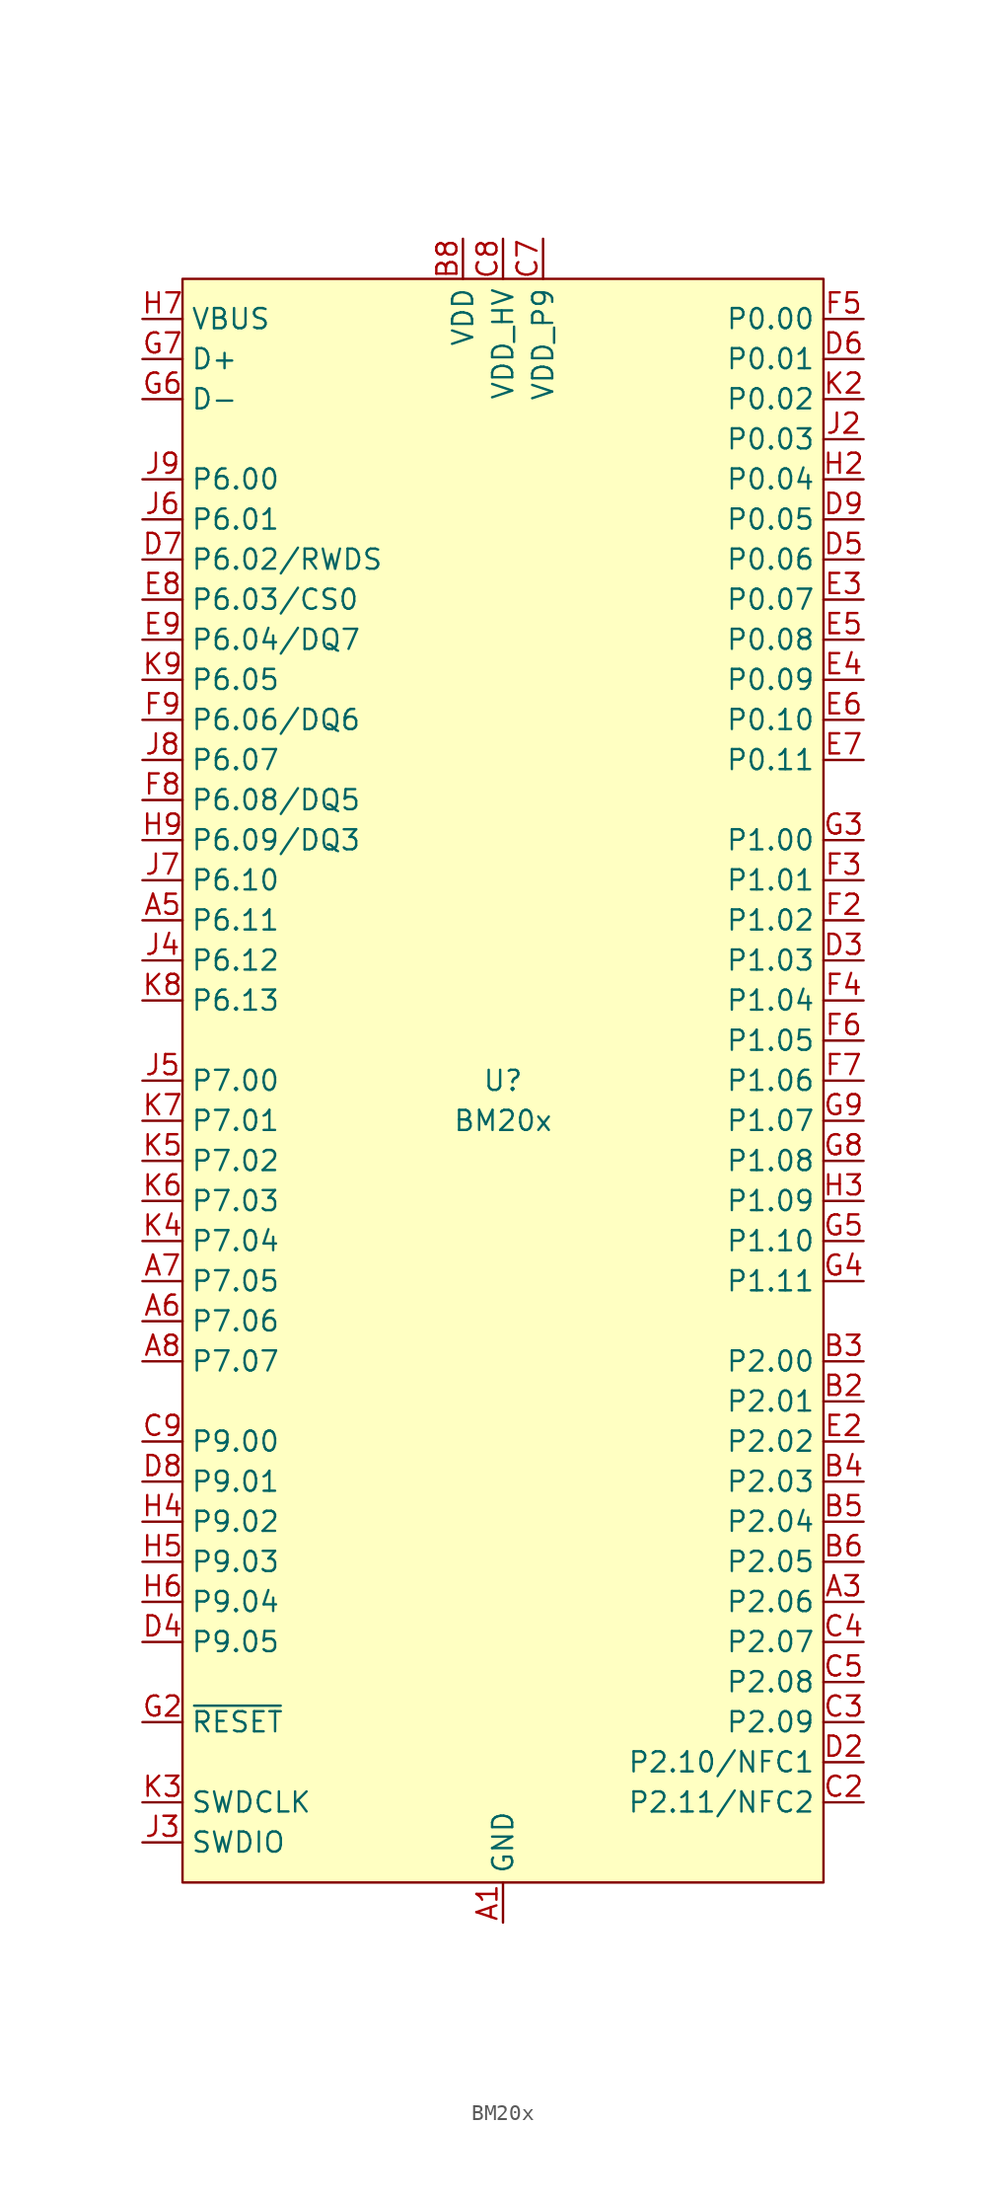
<source format=kicad_sym>
(kicad_symbol_lib
  (version 20241209)
  (generator "kicad_symbol_editor")
  (generator_version "9.0")
  (symbol "BM20x"
    (property "Reference" "U"
      (at 0 0 0)
      (do_not_autoplace)
      (effects (font (size 1.27 1.27))))
    (property "Value" "BM20x"
      (at 0 -2.54 0)
      (do_not_autoplace)
      (effects (font (size 1.27 1.27))))
    (symbol "BM20x_0_0"
      (pin power_in line (at -22.86 48.26 0) (length 2.54) (name "VBUS" (effects (font (size 1.27 1.27)))) (number "H7" (effects (font (size 1.27 1.27)))))
      (pin bidirectional line (at -22.86 38.1 0) (length 2.54) (name "P6.00" (effects (font (size 1.27 1.27)))) (number "J9" (effects (font (size 1.27 1.27)))))
      (pin bidirectional line (at -22.86 35.56 0) (length 2.54) (name "P6.01" (effects (font (size 1.27 1.27)))) (number "J6" (effects (font (size 1.27 1.27)))))
      (pin bidirectional line (at -22.86 33.02 0) (length 2.54) (name "P6.02/RWDS" (effects (font (size 1.27 1.27)))) (number "D7" (effects (font (size 1.27 1.27)))))
      (pin bidirectional line (at -22.86 30.48 0) (length 2.54) (name "P6.03/CS0" (effects (font (size 1.27 1.27)))) (number "E8" (effects (font (size 1.27 1.27)))))
      (pin bidirectional line (at -22.86 27.94 0) (length 2.54) (name "P6.04/DQ7" (effects (font (size 1.27 1.27)))) (number "E9" (effects (font (size 1.27 1.27)))))
      (pin bidirectional line (at -22.86 25.4 0) (length 2.54) (name "P6.05" (effects (font (size 1.27 1.27)))) (number "K9" (effects (font (size 1.27 1.27)))))
      (pin bidirectional line (at -22.86 22.86 0) (length 2.54) (name "P6.06/DQ6" (effects (font (size 1.27 1.27)))) (number "F9" (effects (font (size 1.27 1.27)))))
      (pin bidirectional line (at -22.86 20.32 0) (length 2.54) (name "P6.07" (effects (font (size 1.27 1.27)))) (number "J8" (effects (font (size 1.27 1.27)))))
      (pin bidirectional line (at -22.86 17.78 0) (length 2.54) (name "P6.08/DQ5" (effects (font (size 1.27 1.27)))) (number "F8" (effects (font (size 1.27 1.27)))))
      (pin bidirectional line (at -22.86 15.24 0) (length 2.54) (name "P6.09/DQ3" (effects (font (size 1.27 1.27)))) (number "H9" (effects (font (size 1.27 1.27)))))
      (pin bidirectional line (at -22.86 12.7 0) (length 2.54) (name "P6.10" (effects (font (size 1.27 1.27)))) (number "J7" (effects (font (size 1.27 1.27)))))
      (pin bidirectional line (at -22.86 10.16 0) (length 2.54) (name "P6.11" (effects (font (size 1.27 1.27)))) (number "A5" (effects (font (size 1.27 1.27)))))
      (pin bidirectional line (at -22.86 5.08 0) (length 2.54) (name "P6.13" (effects (font (size 1.27 1.27)))) (number "K8" (effects (font (size 1.27 1.27)))))
      (pin bidirectional line (at -22.86 0 0) (length 2.54) (name "P7.00" (effects (font (size 1.27 1.27)))) (number "J5" (effects (font (size 1.27 1.27)))))
      (pin bidirectional line (at -22.86 -2.54 0) (length 2.54) (name "P7.01" (effects (font (size 1.27 1.27)))) (number "K7" (effects (font (size 1.27 1.27)))))
      (pin bidirectional line (at -22.86 -5.08 0) (length 2.54) (name "P7.02" (effects (font (size 1.27 1.27)))) (number "K5" (effects (font (size 1.27 1.27)))))
      (pin bidirectional line (at -22.86 -7.62 0) (length 2.54) (name "P7.03" (effects (font (size 1.27 1.27)))) (number "K6" (effects (font (size 1.27 1.27)))))
      (pin bidirectional line (at -22.86 -10.16 0) (length 2.54) (name "P7.04" (effects (font (size 1.27 1.27)))) (number "K4" (effects (font (size 1.27 1.27)))))
      (pin bidirectional line (at -22.86 -12.7 0) (length 2.54) (name "P7.05" (effects (font (size 1.27 1.27)))) (number "A7" (effects (font (size 1.27 1.27)))))
      (pin bidirectional line (at -22.86 -15.24 0) (length 2.54) (name "P7.06" (effects (font (size 1.27 1.27)))) (number "A6" (effects (font (size 1.27 1.27)))))
      (pin bidirectional line (at -22.86 -17.78 0) (length 2.54) (name "P7.07" (effects (font (size 1.27 1.27)))) (number "A8" (effects (font (size 1.27 1.27)))))
      (pin bidirectional line (at -22.86 -22.86 0) (length 2.54) (name "P9.00" (effects (font (size 1.27 1.27)))) (number "C9" (effects (font (size 1.27 1.27)))))
      (pin bidirectional line (at -22.86 -25.4 0) (length 2.54) (name "P9.01" (effects (font (size 1.27 1.27)))) (number "D8" (effects (font (size 1.27 1.27)))))
      (pin bidirectional line (at -22.86 -27.94 0) (length 2.54) (name "P9.02" (effects (font (size 1.27 1.27)))) (number "H4" (effects (font (size 1.27 1.27)))))
      (pin bidirectional line (at -22.86 -30.48 0) (length 2.54) (name "P9.03" (effects (font (size 1.27 1.27)))) (number "H5" (effects (font (size 1.27 1.27)))))
      (pin bidirectional line (at -22.86 -33.02 0) (length 2.54) (name "P9.04" (effects (font (size 1.27 1.27)))) (number "H6" (effects (font (size 1.27 1.27)))))
      (pin bidirectional line (at -22.86 -35.56 0) (length 2.54) (name "P9.05" (effects (font (size 1.27 1.27)))) (number "D4" (effects (font (size 1.27 1.27)))))
      (pin input line (at -22.86 -40.64 0) (length 2.54) (name "~{RESET}" (effects (font (size 1.27 1.27)))) (number "G2" (effects (font (size 1.27 1.27)))))
      (pin input line (at -22.86 -45.72 0) (length 2.54) (name "SWDCLK" (effects (font (size 1.27 1.27)))) (number "K3" (effects (font (size 1.27 1.27)))))
      (pin bidirectional line (at -22.86 -48.26 0) (length 2.54) (name "SWDIO" (effects (font (size 1.27 1.27)))) (number "J3" (effects (font (size 1.27 1.27)))))
      (pin no_connect line (at -15.24 50.8 270) (length 2.54) (hide yes) (name "NC" (effects (font (size 1.27 1.27)))) (number "A4" (effects (font (size 1.27 1.27)))))
      (pin no_connect line (at -10.16 50.8 270) (length 2.54) (hide yes) (name "NC" (effects (font (size 1.27 1.27)))) (number "C6" (effects (font (size 1.27 1.27)))))
      (pin power_in line (at -2.54 53.34 270) (length 2.54) (name "VDD" (effects (font (size 1.27 1.27)))) (number "B8" (effects (font (size 1.27 1.27)))))
      (pin power_in line (at 0 53.34 270) (length 2.54) (name "VDD_HV" (effects (font (size 1.27 1.27)))) (number "C8" (effects (font (size 1.27 1.27)))))
      (pin passive line (at 0 -53.34 90) (length 2.54) (hide yes) (name "GND" (effects (font (size 1.27 1.27)))) (number "A9" (effects (font (size 1.27 1.27)))))
      (pin passive line (at 0 -53.34 90) (length 2.54) (hide yes) (name "GND" (effects (font (size 1.27 1.27)))) (number "B1" (effects (font (size 1.27 1.27)))))
      (pin passive line (at 0 -53.34 90) (length 2.54) (hide yes) (name "GND" (effects (font (size 1.27 1.27)))) (number "B7" (effects (font (size 1.27 1.27)))))
      (pin passive line (at 0 -53.34 90) (length 2.54) (hide yes) (name "GND" (effects (font (size 1.27 1.27)))) (number "B9" (effects (font (size 1.27 1.27)))))
      (pin passive line (at 0 -53.34 90) (length 2.54) (hide yes) (name "GND" (effects (font (size 1.27 1.27)))) (number "C1" (effects (font (size 1.27 1.27)))))
      (pin passive line (at 0 -53.34 90) (length 2.54) (hide yes) (name "GND" (effects (font (size 1.27 1.27)))) (number "D1" (effects (font (size 1.27 1.27)))))
      (pin passive line (at 0 -53.34 90) (length 2.54) (hide yes) (name "GND" (effects (font (size 1.27 1.27)))) (number "E1" (effects (font (size 1.27 1.27)))))
      (pin passive line (at 0 -53.34 90) (length 2.54) (hide yes) (name "GND" (effects (font (size 1.27 1.27)))) (number "F1" (effects (font (size 1.27 1.27)))))
      (pin passive line (at 0 -53.34 90) (length 2.54) (hide yes) (name "GND" (effects (font (size 1.27 1.27)))) (number "G1" (effects (font (size 1.27 1.27)))))
      (pin passive line (at 0 -53.34 90) (length 2.54) (hide yes) (name "GND" (effects (font (size 1.27 1.27)))) (number "H1" (effects (font (size 1.27 1.27)))))
      (pin passive line (at 0 -53.34 90) (length 2.54) (hide yes) (name "GND" (effects (font (size 1.27 1.27)))) (number "H8" (effects (font (size 1.27 1.27)))))
      (pin passive line (at 0 -53.34 90) (length 2.54) (hide yes) (name "GND" (effects (font (size 1.27 1.27)))) (number "J1" (effects (font (size 1.27 1.27)))))
      (pin passive line (at 0 -53.34 90) (length 2.54) (hide yes) (name "GND" (effects (font (size 1.27 1.27)))) (number "K1" (effects (font (size 1.27 1.27)))))
      (pin power_in line (at 2.54 53.34 270) (length 2.54) (name "VDD_P9" (effects (font (size 1.27 1.27)))) (number "C7" (effects (font (size 1.27 1.27)))))
      (pin bidirectional line (at 22.86 48.26 180) (length 2.54) (name "P0.00" (effects (font (size 1.27 1.27)))) (number "F5" (effects (font (size 1.27 1.27)))))
      (pin bidirectional line (at 22.86 45.72 180) (length 2.54) (name "P0.01" (effects (font (size 1.27 1.27)))) (number "D6" (effects (font (size 1.27 1.27)))))
      (pin bidirectional line (at 22.86 43.18 180) (length 2.54) (name "P0.02" (effects (font (size 1.27 1.27)))) (number "K2" (effects (font (size 1.27 1.27)))))
      (pin bidirectional line (at 22.86 40.64 180) (length 2.54) (name "P0.03" (effects (font (size 1.27 1.27)))) (number "J2" (effects (font (size 1.27 1.27)))))
      (pin bidirectional line (at 22.86 38.1 180) (length 2.54) (name "P0.04" (effects (font (size 1.27 1.27)))) (number "H2" (effects (font (size 1.27 1.27)))))
      (pin bidirectional line (at 22.86 35.56 180) (length 2.54) (name "P0.05" (effects (font (size 1.27 1.27)))) (number "D9" (effects (font (size 1.27 1.27)))))
      (pin bidirectional line (at 22.86 33.02 180) (length 2.54) (name "P0.06" (effects (font (size 1.27 1.27)))) (number "D5" (effects (font (size 1.27 1.27)))))
      (pin bidirectional line (at 22.86 30.48 180) (length 2.54) (name "P0.07" (effects (font (size 1.27 1.27)))) (number "E3" (effects (font (size 1.27 1.27)))))
      (pin bidirectional line (at 22.86 27.94 180) (length 2.54) (name "P0.08" (effects (font (size 1.27 1.27)))) (number "E5" (effects (font (size 1.27 1.27)))))
      (pin bidirectional line (at 22.86 25.4 180) (length 2.54) (name "P0.09" (effects (font (size 1.27 1.27)))) (number "E4" (effects (font (size 1.27 1.27)))))
      (pin bidirectional line (at 22.86 22.86 180) (length 2.54) (name "P0.10" (effects (font (size 1.27 1.27)))) (number "E6" (effects (font (size 1.27 1.27)))))
      (pin bidirectional line (at 22.86 20.32 180) (length 2.54) (name "P0.11" (effects (font (size 1.27 1.27)))) (number "E7" (effects (font (size 1.27 1.27)))))
      (pin bidirectional line (at 22.86 15.24 180) (length 2.54) (name "P1.00" (effects (font (size 1.27 1.27)))) (number "G3" (effects (font (size 1.27 1.27)))))
      (pin bidirectional line (at 22.86 12.7 180) (length 2.54) (name "P1.01" (effects (font (size 1.27 1.27)))) (number "F3" (effects (font (size 1.27 1.27)))))
      (pin bidirectional line (at 22.86 10.16 180) (length 2.54) (name "P1.02" (effects (font (size 1.27 1.27)))) (number "F2" (effects (font (size 1.27 1.27)))))
      (pin bidirectional line (at 22.86 7.62 180) (length 2.54) (name "P1.03" (effects (font (size 1.27 1.27)))) (number "D3" (effects (font (size 1.27 1.27)))))
      (pin bidirectional line (at 22.86 5.08 180) (length 2.54) (name "P1.04" (effects (font (size 1.27 1.27)))) (number "F4" (effects (font (size 1.27 1.27)))))
      (pin bidirectional line (at 22.86 2.54 180) (length 2.54) (name "P1.05" (effects (font (size 1.27 1.27)))) (number "F6" (effects (font (size 1.27 1.27)))))
      (pin bidirectional line (at 22.86 0 180) (length 2.54) (name "P1.06" (effects (font (size 1.27 1.27)))) (number "F7" (effects (font (size 1.27 1.27)))))
      (pin bidirectional line (at 22.86 -5.08 180) (length 2.54) (name "P1.08" (effects (font (size 1.27 1.27)))) (number "G8" (effects (font (size 1.27 1.27)))))
      (pin bidirectional line (at 22.86 -7.62 180) (length 2.54) (name "P1.09" (effects (font (size 1.27 1.27)))) (number "H3" (effects (font (size 1.27 1.27)))))
      (pin bidirectional line (at 22.86 -10.16 180) (length 2.54) (name "P1.10" (effects (font (size 1.27 1.27)))) (number "G5" (effects (font (size 1.27 1.27)))))
      (pin bidirectional line (at 22.86 -12.7 180) (length 2.54) (name "P1.11" (effects (font (size 1.27 1.27)))) (number "G4" (effects (font (size 1.27 1.27)))))
      (pin bidirectional line (at 22.86 -17.78 180) (length 2.54) (name "P2.00" (effects (font (size 1.27 1.27)))) (number "B3" (effects (font (size 1.27 1.27)))))
      (pin bidirectional line (at 22.86 -20.32 180) (length 2.54) (name "P2.01" (effects (font (size 1.27 1.27)))) (number "B2" (effects (font (size 1.27 1.27)))))
      (pin bidirectional line (at 22.86 -22.86 180) (length 2.54) (name "P2.02" (effects (font (size 1.27 1.27)))) (number "E2" (effects (font (size 1.27 1.27)))))
      (pin bidirectional line (at 22.86 -25.4 180) (length 2.54) (name "P2.03" (effects (font (size 1.27 1.27)))) (number "B4" (effects (font (size 1.27 1.27)))))
      (pin bidirectional line (at 22.86 -27.94 180) (length 2.54) (name "P2.04" (effects (font (size 1.27 1.27)))) (number "B5" (effects (font (size 1.27 1.27)))))
      (pin bidirectional line (at 22.86 -30.48 180) (length 2.54) (name "P2.05" (effects (font (size 1.27 1.27)))) (number "B6" (effects (font (size 1.27 1.27)))))
      (pin bidirectional line (at 22.86 -33.02 180) (length 2.54) (name "P2.06" (effects (font (size 1.27 1.27)))) (number "A3" (effects (font (size 1.27 1.27)))))
      (pin bidirectional line (at 22.86 -35.56 180) (length 2.54) (name "P2.07" (effects (font (size 1.27 1.27)))) (number "C4" (effects (font (size 1.27 1.27)))))
      (pin bidirectional line (at 22.86 -38.1 180) (length 2.54) (name "P2.08" (effects (font (size 1.27 1.27)))) (number "C5" (effects (font (size 1.27 1.27)))))
      (pin bidirectional line (at 22.86 -40.64 180) (length 2.54) (name "P2.09" (effects (font (size 1.27 1.27)))) (number "C3" (effects (font (size 1.27 1.27))))))
    (symbol "BM20x_1_0"
      (pin bidirectional line (at -22.86 45.72 0) (length 2.54) (name "D+" (effects (font (size 1.27 1.27)))) (number "G7" (effects (font (size 1.27 1.27)))))
      (pin bidirectional line (at -22.86 43.18 0) (length 2.54) (name "D-" (effects (font (size 1.27 1.27)))) (number "G6" (effects (font (size 1.27 1.27)))))
      (pin bidirectional line (at -22.86 7.62 0) (length 2.54) (name "P6.12" (effects (font (size 1.27 1.27)))) (number "J4" (effects (font (size 1.27 1.27)))))
      (pin no_connect line (at -12.7 50.8 270) (length 2.54) (hide yes) (name "NC" (effects (font (size 1.27 1.27)))) (number "A2" (effects (font (size 1.27 1.27)))))
      (pin power_in line (at 0 -53.34 90) (length 2.54) (name "GND" (effects (font (size 1.27 1.27)))) (number "A1" (effects (font (size 1.27 1.27)))))
      (pin bidirectional line (at 22.86 -2.54 180) (length 2.54) (name "P1.07" (effects (font (size 1.27 1.27)))) (number "G9" (effects (font (size 1.27 1.27)))))
      (pin bidirectional line (at 22.86 -43.18 180) (length 2.54) (name "P2.10/NFC1" (effects (font (size 1.27 1.27)))) (number "D2" (effects (font (size 1.27 1.27)))))
      (pin bidirectional line (at 22.86 -45.72 180) (length 2.54) (name "P2.11/NFC2" (effects (font (size 1.27 1.27)))) (number "C2" (effects (font (size 1.27 1.27))))))
    (symbol "BM20x_1_1"
      (rectangle (start -20.32 50.8) (end 20.32 -50.8) (stroke (width 0) (type default)) (fill (type background))))))
</source>
